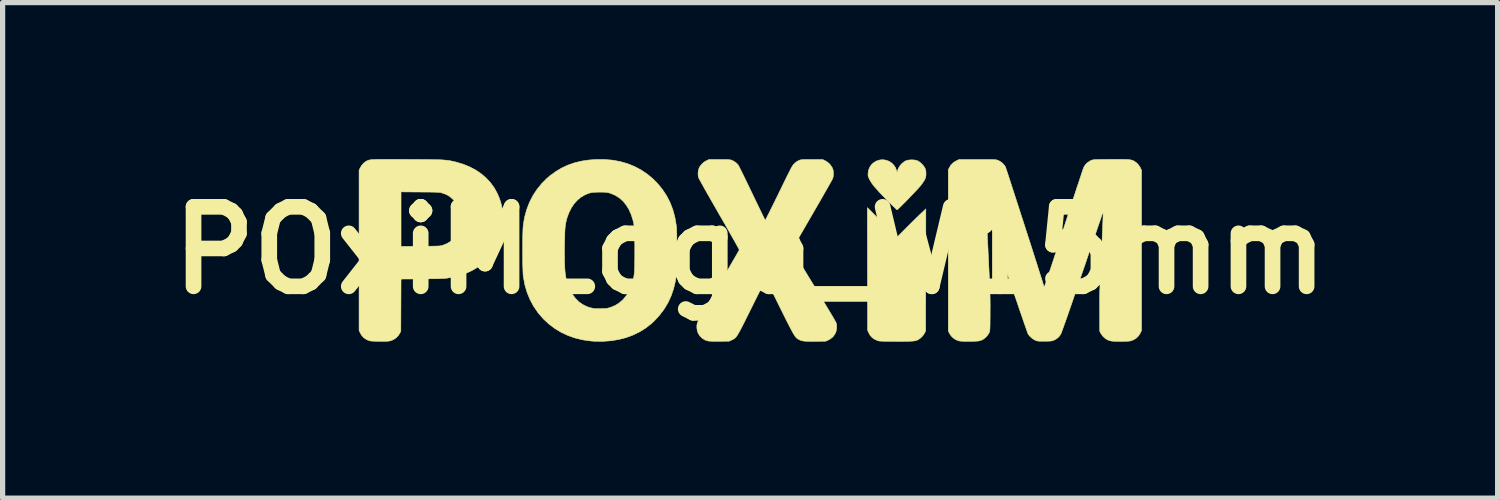
<source format=kicad_pcb>
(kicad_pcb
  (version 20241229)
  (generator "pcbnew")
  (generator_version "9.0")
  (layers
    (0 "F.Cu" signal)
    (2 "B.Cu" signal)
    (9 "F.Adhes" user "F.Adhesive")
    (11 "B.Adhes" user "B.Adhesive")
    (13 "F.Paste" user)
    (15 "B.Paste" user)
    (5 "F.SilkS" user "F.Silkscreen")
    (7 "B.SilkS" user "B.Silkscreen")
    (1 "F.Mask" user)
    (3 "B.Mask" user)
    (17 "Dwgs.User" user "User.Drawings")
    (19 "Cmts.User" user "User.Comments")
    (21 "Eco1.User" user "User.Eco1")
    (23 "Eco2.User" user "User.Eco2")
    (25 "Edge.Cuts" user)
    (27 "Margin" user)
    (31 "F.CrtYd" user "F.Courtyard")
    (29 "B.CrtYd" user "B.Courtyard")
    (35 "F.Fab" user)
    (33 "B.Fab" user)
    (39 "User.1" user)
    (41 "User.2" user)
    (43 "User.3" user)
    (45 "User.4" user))
  (footprint "POxiMLogo_W15mm"
    (layer "F.Cu")
    (at 11.328 1.749)
    (property "Reference" "POxiMLogo_W15mm" (at 0 0 0) (layer "F.SilkS") (effects (font (size 1.524 1.524) (thickness 0.3))))
    (attr through_hole)
    (fp_poly (pts (xy 2.532 -0.535) (xy 2.816 -0.251) (xy 3.003 -0.439) (xy 3.051 -0.487) (xy 3.101 -0.537) (xy 3.15 -0.585) (xy 3.195 -0.629) (xy 3.235 -0.668) (xy 3.267 -0.699) (xy 3.279 -0.71) (xy 3.369 -0.794) (xy 3.367 0.374) (xy 3.365 1.543) (xy 3.348 1.579) (xy 3.326 1.616) (xy 3.296 1.653) (xy 3.261 1.685) (xy 3.227 1.709) (xy 3.224 1.711) (xy 3.206 1.719) (xy 3.189 1.726) (xy 3.17 1.731) (xy 3.147 1.736) (xy 3.12 1.739) (xy 3.086 1.741) (xy 3.044 1.743) (xy 2.992 1.744) (xy 2.93 1.745) (xy 2.854 1.745) (xy 2.802 1.745) (xy 2.721 1.744) (xy 2.654 1.744) (xy 2.598 1.743) (xy 2.554 1.742) (xy 2.52 1.741) (xy 2.493 1.739) (xy 2.473 1.737) (xy 2.458 1.734) (xy 2.454 1.733) (xy 2.394 1.709) (xy 2.342 1.674) (xy 2.3 1.627) (xy 2.269 1.571) (xy 2.269 1.571) (xy 2.252 1.528) (xy 2.25 0.354) (xy 2.248 -0.819) (xy 2.532 -0.535)) (stroke (width 0.01) (type solid)) (fill yes) (layer "F.SilkS"))
    (fp_poly (pts (xy 2.6 -1.73) (xy 2.658 -1.71) (xy 2.71 -1.678) (xy 2.753 -1.636) (xy 2.787 -1.586) (xy 2.807 -1.532) (xy 2.818 -1.49) (xy 2.823 -1.517) (xy 2.841 -1.568) (xy 2.871 -1.619) (xy 2.91 -1.664) (xy 2.956 -1.7) (xy 2.985 -1.717) (xy 3.021 -1.728) (xy 3.066 -1.734) (xy 3.114 -1.735) (xy 3.16 -1.731) (xy 3.2 -1.721) (xy 3.21 -1.717) (xy 3.249 -1.694) (xy 3.288 -1.66) (xy 3.323 -1.622) (xy 3.349 -1.583) (xy 3.351 -1.578) (xy 3.362 -1.553) (xy 3.368 -1.53) (xy 3.371 -1.503) (xy 3.372 -1.471) (xy 3.371 -1.436) (xy 3.366 -1.405) (xy 3.356 -1.374) (xy 3.339 -1.342) (xy 3.316 -1.305) (xy 3.283 -1.259) (xy 3.278 -1.252) (xy 3.264 -1.235) (xy 3.241 -1.209) (xy 3.211 -1.176) (xy 3.177 -1.139) (xy 3.138 -1.097) (xy 3.096 -1.054) (xy 3.053 -1.009) (xy 3.01 -0.964) (xy 2.968 -0.921) (xy 2.928 -0.882) (xy 2.893 -0.846) (xy 2.863 -0.817) (xy 2.839 -0.795) (xy 2.823 -0.781) (xy 2.817 -0.777) (xy 2.81 -0.783) (xy 2.794 -0.797) (xy 2.77 -0.821) (xy 2.738 -0.851) (xy 2.701 -0.887) (xy 2.66 -0.928) (xy 2.626 -0.962) (xy 2.553 -1.037) (xy 2.49 -1.102) (xy 2.438 -1.16) (xy 2.393 -1.21) (xy 2.357 -1.255) (xy 2.328 -1.295) (xy 2.305 -1.332) (xy 2.289 -1.361) (xy 2.274 -1.393) (xy 2.265 -1.417) (xy 2.261 -1.439) (xy 2.261 -1.465) (xy 2.261 -1.47) (xy 2.269 -1.532) (xy 2.291 -1.589) (xy 2.324 -1.639) (xy 2.367 -1.68) (xy 2.418 -1.711) (xy 2.477 -1.731) (xy 2.538 -1.738) (xy 2.6 -1.73)) (stroke (width 0.01) (type solid)) (fill yes) (layer "F.SilkS"))
    (fp_poly (pts (xy -6.816 -1.744) (xy -6.713 -1.744) (xy -6.595 -1.743) (xy -6.565 -1.743) (xy -6.443 -1.742) (xy -6.334 -1.742) (xy -6.239 -1.741) (xy -6.155 -1.74) (xy -6.082 -1.739) (xy -6.019 -1.738) (xy -5.964 -1.737) (xy -5.916 -1.735) (xy -5.874 -1.732) (xy -5.838 -1.729) (xy -5.805 -1.726) (xy -5.775 -1.722) (xy -5.746 -1.717) (xy -5.718 -1.711) (xy -5.689 -1.705) (xy -5.659 -1.698) (xy -5.632 -1.691) (xy -5.498 -1.651) (xy -5.374 -1.6) (xy -5.258 -1.539) (xy -5.153 -1.467) (xy -5.059 -1.386) (xy -4.975 -1.296) (xy -4.903 -1.197) (xy -4.844 -1.089) (xy -4.802 -0.988) (xy -4.784 -0.934) (xy -4.77 -0.884) (xy -4.759 -0.835) (xy -4.752 -0.785) (xy -4.747 -0.729) (xy -4.745 -0.665) (xy -4.744 -0.594) (xy -4.745 -0.535) (xy -4.745 -0.489) (xy -4.747 -0.452) (xy -4.749 -0.421) (xy -4.752 -0.394) (xy -4.757 -0.367) (xy -4.761 -0.345) (xy -4.792 -0.231) (xy -4.83 -0.128) (xy -4.88 -0.033) (xy -4.94 0.057) (xy -5.014 0.144) (xy -5.045 0.176) (xy -5.134 0.257) (xy -5.23 0.328) (xy -5.333 0.388) (xy -5.445 0.439) (xy -5.567 0.48) (xy -5.7 0.513) (xy -5.8 0.531) (xy -5.821 0.534) (xy -5.847 0.536) (xy -5.877 0.538) (xy -5.914 0.54) (xy -5.959 0.542) (xy -6.013 0.543) (xy -6.077 0.544) (xy -6.153 0.545) (xy -6.243 0.546) (xy -6.285 0.547) (xy -6.691 0.55) (xy -6.693 1.05) (xy -6.695 1.551) (xy -6.716 1.592) (xy -6.753 1.646) (xy -6.8 1.689) (xy -6.856 1.72) (xy -6.914 1.738) (xy -6.938 1.741) (xy -6.974 1.743) (xy -7.018 1.744) (xy -7.067 1.745) (xy -7.119 1.744) (xy -7.169 1.743) (xy -7.215 1.741) (xy -7.253 1.739) (xy -7.281 1.736) (xy -7.289 1.734) (xy -7.349 1.712) (xy -7.402 1.677) (xy -7.445 1.631) (xy -7.473 1.583) (xy -7.495 1.536) (xy -7.495 -0.075) (xy -6.691 -0.075) (xy -6.32 -0.078) (xy -6.234 -0.079) (xy -6.163 -0.079) (xy -6.104 -0.08) (xy -6.056 -0.081) (xy -6.017 -0.082) (xy -5.987 -0.083) (xy -5.962 -0.084) (xy -5.943 -0.086) (xy -5.927 -0.089) (xy -5.914 -0.092) (xy -5.901 -0.095) (xy -5.891 -0.098) (xy -5.81 -0.13) (xy -5.738 -0.174) (xy -5.677 -0.228) (xy -5.627 -0.293) (xy -5.587 -0.369) (xy -5.574 -0.406) (xy -5.565 -0.432) (xy -5.56 -0.455) (xy -5.556 -0.478) (xy -5.554 -0.506) (xy -5.553 -0.542) (xy -5.552 -0.587) (xy -5.553 -0.648) (xy -5.556 -0.698) (xy -5.562 -0.74) (xy -5.573 -0.779) (xy -5.588 -0.819) (xy -5.607 -0.861) (xy -5.631 -0.903) (xy -5.662 -0.943) (xy -5.693 -0.976) (xy -5.743 -1.021) (xy -5.794 -1.056) (xy -5.852 -1.082) (xy -5.899 -1.098) (xy -5.912 -1.102) (xy -5.925 -1.106) (xy -5.94 -1.108) (xy -5.957 -1.111) (xy -5.978 -1.112) (xy -6.004 -1.114) (xy -6.038 -1.115) (xy -6.08 -1.116) (xy -6.132 -1.117) (xy -6.196 -1.117) (xy -6.272 -1.118) (xy -6.323 -1.118) (xy -6.691 -1.121) (xy -6.691 -0.075) (xy -7.495 -0.075) (xy -7.495 -1.536) (xy -7.473 -1.583) (xy -7.445 -1.629) (xy -7.407 -1.672) (xy -7.364 -1.705) (xy -7.349 -1.713) (xy -7.338 -1.719) (xy -7.326 -1.724) (xy -7.314 -1.728) (xy -7.299 -1.732) (xy -7.281 -1.735) (xy -7.259 -1.738) (xy -7.232 -1.74) (xy -7.199 -1.741) (xy -7.158 -1.743) (xy -7.11 -1.744) (xy -7.053 -1.744) (xy -6.985 -1.744) (xy -6.907 -1.744) (xy -6.816 -1.744)) (stroke (width 0.01) (type solid)) (fill yes) (layer "F.SilkS"))
    (fp_poly (pts (xy -2.789 -1.742) (xy -2.635 -1.729) (xy -2.488 -1.702) (xy -2.347 -1.661) (xy -2.214 -1.607) (xy -2.087 -1.54) (xy -1.969 -1.46) (xy -1.858 -1.368) (xy -1.77 -1.278) (xy -1.678 -1.165) (xy -1.599 -1.045) (xy -1.533 -0.916) (xy -1.481 -0.78) (xy -1.442 -0.637) (xy -1.416 -0.487) (xy -1.41 -0.439) (xy -1.408 -0.41) (xy -1.407 -0.367) (xy -1.405 -0.314) (xy -1.404 -0.251) (xy -1.403 -0.182) (xy -1.403 -0.107) (xy -1.402 -0.03) (xy -1.402 0.048) (xy -1.403 0.125) (xy -1.403 0.199) (xy -1.404 0.267) (xy -1.406 0.327) (xy -1.407 0.378) (xy -1.409 0.418) (xy -1.41 0.439) (xy -1.432 0.593) (xy -1.467 0.739) (xy -1.515 0.877) (xy -1.576 1.008) (xy -1.65 1.131) (xy -1.738 1.246) (xy -1.838 1.354) (xy -1.896 1.407) (xy -2.003 1.491) (xy -2.12 1.563) (xy -2.246 1.624) (xy -2.379 1.673) (xy -2.52 1.709) (xy -2.667 1.733) (xy -2.82 1.744) (xy -2.977 1.743) (xy -3.064 1.736) (xy -3.212 1.715) (xy -3.355 1.68) (xy -3.492 1.632) (xy -3.622 1.571) (xy -3.744 1.497) (xy -3.858 1.411) (xy -3.962 1.314) (xy -4.057 1.205) (xy -4.069 1.189) (xy -4.151 1.069) (xy -4.219 0.942) (xy -4.274 0.808) (xy -4.316 0.666) (xy -4.344 0.517) (xy -4.348 0.493) (xy -4.351 0.46) (xy -4.353 0.414) (xy -4.355 0.357) (xy -4.357 0.29) (xy -4.359 0.217) (xy -4.359 0.137) (xy -4.36 0.055) (xy -4.36 0.019) (xy -3.558 0.019) (xy -3.558 0.122) (xy -3.557 0.213) (xy -3.554 0.293) (xy -3.55 0.363) (xy -3.545 0.424) (xy -3.538 0.478) (xy -3.53 0.525) (xy -3.525 0.549) (xy -3.494 0.658) (xy -3.454 0.756) (xy -3.405 0.844) (xy -3.348 0.921) (xy -3.282 0.986) (xy -3.209 1.038) (xy -3.128 1.078) (xy -3.071 1.097) (xy -3.039 1.105) (xy -3.014 1.111) (xy -2.992 1.115) (xy -2.969 1.117) (xy -2.942 1.118) (xy -2.907 1.118) (xy -2.861 1.117) (xy -2.858 1.117) (xy -2.811 1.116) (xy -2.776 1.114) (xy -2.749 1.112) (xy -2.724 1.107) (xy -2.7 1.101) (xy -2.672 1.092) (xy -2.666 1.09) (xy -2.581 1.054) (xy -2.503 1.004) (xy -2.434 0.943) (xy -2.373 0.869) (xy -2.321 0.783) (xy -2.278 0.686) (xy -2.245 0.578) (xy -2.245 0.577) (xy -2.237 0.546) (xy -2.231 0.516) (xy -2.225 0.485) (xy -2.221 0.452) (xy -2.218 0.415) (xy -2.215 0.372) (xy -2.213 0.323) (xy -2.212 0.265) (xy -2.211 0.197) (xy -2.21 0.117) (xy -2.21 0.024) (xy -2.21 0) (xy -2.21 -0.096) (xy -2.211 -0.179) (xy -2.211 -0.25) (xy -2.213 -0.31) (xy -2.214 -0.361) (xy -2.217 -0.405) (xy -2.22 -0.443) (xy -2.224 -0.477) (xy -2.229 -0.509) (xy -2.235 -0.539) (xy -2.243 -0.569) (xy -2.244 -0.576) (xy -2.278 -0.684) (xy -2.321 -0.782) (xy -2.373 -0.867) (xy -2.434 -0.942) (xy -2.504 -1.004) (xy -2.582 -1.054) (xy -2.668 -1.091) (xy -2.694 -1.099) (xy -2.719 -1.106) (xy -2.743 -1.11) (xy -2.768 -1.113) (xy -2.798 -1.115) (xy -2.838 -1.116) (xy -2.884 -1.116) (xy -2.946 -1.115) (xy -2.996 -1.113) (xy -3.038 -1.107) (xy -3.075 -1.099) (xy -3.112 -1.087) (xy -3.152 -1.07) (xy -3.166 -1.064) (xy -3.241 -1.02) (xy -3.31 -0.964) (xy -3.372 -0.895) (xy -3.426 -0.815) (xy -3.471 -0.725) (xy -3.502 -0.644) (xy -3.514 -0.606) (xy -3.523 -0.569) (xy -3.532 -0.532) (xy -3.538 -0.493) (xy -3.544 -0.45) (xy -3.548 -0.401) (xy -3.551 -0.345) (xy -3.553 -0.279) (xy -3.555 -0.201) (xy -3.557 -0.111) (xy -3.557 -0.099) (xy -3.558 0.019) (xy -4.36 0.019) (xy -4.36 -0.029) (xy -4.36 -0.111) (xy -4.359 -0.192) (xy -4.358 -0.267) (xy -4.356 -0.336) (xy -4.354 -0.397) (xy -4.351 -0.447) (xy -4.348 -0.484) (xy -4.347 -0.493) (xy -4.321 -0.642) (xy -4.281 -0.785) (xy -4.228 -0.921) (xy -4.163 -1.049) (xy -4.085 -1.168) (xy -3.995 -1.279) (xy -3.894 -1.38) (xy -3.839 -1.428) (xy -3.728 -1.509) (xy -3.613 -1.578) (xy -3.493 -1.634) (xy -3.366 -1.678) (xy -3.231 -1.711) (xy -3.088 -1.732) (xy -2.949 -1.742) (xy -2.789 -1.742)) (stroke (width 0.01) (type solid)) (fill yes) (layer "F.SilkS"))
    (fp_poly (pts (xy 1.434 -1.721) (xy 1.488 -1.688) (xy 1.533 -1.646) (xy 1.568 -1.596) (xy 1.575 -1.583) (xy 1.586 -1.556) (xy 1.593 -1.531) (xy 1.596 -1.504) (xy 1.597 -1.471) (xy 1.596 -1.436) (xy 1.593 -1.41) (xy 1.586 -1.387) (xy 1.575 -1.36) (xy 1.573 -1.356) (xy 1.566 -1.343) (xy 1.551 -1.317) (xy 1.531 -1.28) (xy 1.504 -1.233) (xy 1.472 -1.176) (xy 1.435 -1.112) (xy 1.394 -1.04) (xy 1.349 -0.961) (xy 1.301 -0.878) (xy 1.25 -0.79) (xy 1.197 -0.698) (xy 1.175 -0.661) (xy 0.802 -0.014) (xy 1.223 0.674) (xy 1.29 0.784) (xy 1.352 0.886) (xy 1.41 0.982) (xy 1.462 1.069) (xy 1.509 1.147) (xy 1.55 1.215) (xy 1.585 1.274) (xy 1.613 1.322) (xy 1.634 1.359) (xy 1.647 1.384) (xy 1.653 1.397) (xy 1.653 1.397) (xy 1.659 1.43) (xy 1.66 1.471) (xy 1.66 1.489) (xy 1.649 1.553) (xy 1.624 1.609) (xy 1.587 1.658) (xy 1.537 1.698) (xy 1.501 1.718) (xy 1.452 1.741) (xy 1.258 1.744) (xy 1.185 1.745) (xy 1.126 1.744) (xy 1.078 1.743) (xy 1.039 1.74) (xy 1.007 1.735) (xy 0.981 1.728) (xy 0.958 1.72) (xy 0.936 1.709) (xy 0.924 1.703) (xy 0.913 1.696) (xy 0.902 1.689) (xy 0.892 1.68) (xy 0.881 1.669) (xy 0.869 1.655) (xy 0.856 1.637) (xy 0.842 1.614) (xy 0.825 1.587) (xy 0.806 1.553) (xy 0.785 1.513) (xy 0.76 1.466) (xy 0.731 1.41) (xy 0.698 1.345) (xy 0.661 1.271) (xy 0.619 1.186) (xy 0.571 1.09) (xy 0.518 0.982) (xy 0.459 0.862) (xy 0.432 0.808) (xy 0.303 0.545) (xy 0.034 1.086) (xy -0.017 1.189) (xy -0.062 1.279) (xy -0.101 1.358) (xy -0.135 1.425) (xy -0.164 1.482) (xy -0.19 1.531) (xy -0.212 1.571) (xy -0.231 1.604) (xy -0.247 1.63) (xy -0.262 1.652) (xy -0.276 1.668) (xy -0.289 1.681) (xy -0.302 1.691) (xy -0.315 1.7) (xy -0.329 1.707) (xy -0.345 1.715) (xy -0.351 1.718) (xy -0.4 1.741) (xy -0.587 1.743) (xy -0.641 1.743) (xy -0.691 1.742) (xy -0.736 1.742) (xy -0.772 1.74) (xy -0.798 1.739) (xy -0.807 1.737) (xy -0.864 1.718) (xy -0.916 1.686) (xy -0.96 1.643) (xy -0.994 1.591) (xy -0.996 1.587) (xy -1.012 1.541) (xy -1.02 1.489) (xy -1.02 1.437) (xy -1.011 1.391) (xy -1.008 1.383) (xy -1.002 1.371) (xy -0.989 1.347) (xy -0.969 1.312) (xy -0.944 1.266) (xy -0.912 1.211) (xy -0.876 1.148) (xy -0.835 1.077) (xy -0.791 0.999) (xy -0.743 0.916) (xy -0.692 0.828) (xy -0.638 0.736) (xy -0.602 0.674) (xy -0.548 0.581) (xy -0.496 0.492) (xy -0.447 0.407) (xy -0.4 0.327) (xy -0.358 0.254) (xy -0.32 0.188) (xy -0.286 0.13) (xy -0.258 0.081) (xy -0.235 0.041) (xy -0.219 0.013) (xy -0.21 -0.004) (xy -0.208 -0.009) (xy -0.211 -0.017) (xy -0.221 -0.038) (xy -0.239 -0.07) (xy -0.262 -0.113) (xy -0.292 -0.166) (xy -0.326 -0.227) (xy -0.366 -0.297) (xy -0.41 -0.375) (xy -0.458 -0.459) (xy -0.509 -0.549) (xy -0.564 -0.644) (xy -0.59 -0.688) (xy -0.644 -0.782) (xy -0.695 -0.872) (xy -0.745 -0.959) (xy -0.791 -1.04) (xy -0.834 -1.115) (xy -0.873 -1.184) (xy -0.906 -1.244) (xy -0.935 -1.296) (xy -0.958 -1.338) (xy -0.975 -1.369) (xy -0.985 -1.389) (xy -0.988 -1.395) (xy -0.996 -1.438) (xy -0.997 -1.488) (xy -0.99 -1.537) (xy -0.977 -1.579) (xy -0.952 -1.621) (xy -0.916 -1.662) (xy -0.875 -1.697) (xy -0.836 -1.719) (xy -0.789 -1.741) (xy -0.587 -1.741) (xy -0.524 -1.741) (xy -0.474 -1.741) (xy -0.436 -1.74) (xy -0.407 -1.738) (xy -0.385 -1.736) (xy -0.369 -1.733) (xy -0.356 -1.73) (xy -0.352 -1.728) (xy -0.309 -1.707) (xy -0.269 -1.679) (xy -0.237 -1.648) (xy -0.23 -1.639) (xy -0.223 -1.627) (xy -0.21 -1.603) (xy -0.192 -1.568) (xy -0.169 -1.522) (xy -0.142 -1.467) (xy -0.111 -1.404) (xy -0.077 -1.334) (xy -0.04 -1.258) (xy -0.002 -1.178) (xy 0.038 -1.096) (xy 0.077 -1.014) (xy 0.115 -0.935) (xy 0.151 -0.861) (xy 0.184 -0.793) (xy 0.213 -0.733) (xy 0.238 -0.681) (xy 0.259 -0.638) (xy 0.275 -0.606) (xy 0.285 -0.585) (xy 0.289 -0.577) (xy 0.289 -0.577) (xy 0.293 -0.583) (xy 0.304 -0.601) (xy 0.319 -0.631) (xy 0.34 -0.672) (xy 0.366 -0.722) (xy 0.395 -0.781) (xy 0.428 -0.847) (xy 0.464 -0.92) (xy 0.502 -0.998) (xy 0.543 -1.081) (xy 0.549 -1.095) (xy 0.597 -1.192) (xy 0.638 -1.277) (xy 0.674 -1.35) (xy 0.704 -1.412) (xy 0.731 -1.465) (xy 0.753 -1.508) (xy 0.771 -1.544) (xy 0.786 -1.573) (xy 0.799 -1.597) (xy 0.81 -1.615) (xy 0.82 -1.629) (xy 0.828 -1.641) (xy 0.836 -1.651) (xy 0.845 -1.659) (xy 0.847 -1.662) (xy 0.889 -1.698) (xy 0.932 -1.722) (xy 0.935 -1.723) (xy 0.949 -1.729) (xy 0.962 -1.733) (xy 0.976 -1.736) (xy 0.995 -1.738) (xy 1.018 -1.74) (xy 1.05 -1.741) (xy 1.091 -1.741) (xy 1.143 -1.741) (xy 1.185 -1.741) (xy 1.391 -1.741) (xy 1.434 -1.721)) (stroke (width 0.01) (type solid)) (fill yes) (layer "F.SilkS"))
    (fp_poly (pts (xy 7.132 -1.744) (xy 7.183 -1.743) (xy 7.225 -1.742) (xy 7.259 -1.739) (xy 7.286 -1.736) (xy 7.308 -1.731) (xy 7.327 -1.726) (xy 7.344 -1.719) (xy 7.357 -1.713) (xy 7.401 -1.684) (xy 7.441 -1.644) (xy 7.473 -1.598) (xy 7.481 -1.583) (xy 7.503 -1.536) (xy 7.503 1.536) (xy 7.481 1.583) (xy 7.448 1.637) (xy 7.403 1.682) (xy 7.35 1.715) (xy 7.29 1.736) (xy 7.287 1.737) (xy 7.264 1.74) (xy 7.229 1.742) (xy 7.185 1.744) (xy 7.136 1.745) (xy 7.085 1.745) (xy 7.035 1.744) (xy 6.989 1.743) (xy 6.951 1.741) (xy 6.925 1.738) (xy 6.921 1.738) (xy 6.859 1.719) (xy 6.804 1.686) (xy 6.758 1.642) (xy 6.724 1.592) (xy 6.702 1.551) (xy 6.701 1.166) (xy 6.701 1.101) (xy 6.7 1.041) (xy 6.7 0.986) (xy 6.701 0.934) (xy 6.701 0.884) (xy 6.702 0.834) (xy 6.703 0.782) (xy 6.705 0.728) (xy 6.707 0.67) (xy 6.709 0.607) (xy 6.712 0.536) (xy 6.715 0.458) (xy 6.72 0.37) (xy 6.724 0.27) (xy 6.73 0.158) (xy 6.736 0.038) (xy 6.741 -0.067) (xy 6.746 -0.168) (xy 6.75 -0.263) (xy 6.754 -0.352) (xy 6.757 -0.434) (xy 6.76 -0.507) (xy 6.763 -0.571) (xy 6.765 -0.624) (xy 6.766 -0.666) (xy 6.767 -0.695) (xy 6.767 -0.71) (xy 6.766 -0.712) (xy 6.76 -0.711) (xy 6.752 -0.698) (xy 6.752 -0.697) (xy 6.748 -0.687) (xy 6.74 -0.664) (xy 6.728 -0.628) (xy 6.712 -0.58) (xy 6.691 -0.52) (xy 6.667 -0.451) (xy 6.64 -0.371) (xy 6.61 -0.283) (xy 6.577 -0.186) (xy 6.541 -0.083) (xy 6.504 0.028) (xy 6.464 0.144) (xy 6.423 0.265) (xy 6.38 0.39) (xy 6.358 0.453) (xy 6.304 0.612) (xy 6.254 0.757) (xy 6.209 0.889) (xy 6.169 1.008) (xy 6.132 1.114) (xy 6.099 1.209) (xy 6.07 1.292) (xy 6.044 1.365) (xy 6.022 1.427) (xy 6.003 1.48) (xy 5.987 1.524) (xy 5.974 1.559) (xy 5.964 1.586) (xy 5.955 1.605) (xy 5.949 1.618) (xy 5.947 1.621) (xy 5.91 1.666) (xy 5.863 1.702) (xy 5.811 1.728) (xy 5.793 1.733) (xy 5.773 1.737) (xy 5.747 1.739) (xy 5.712 1.741) (xy 5.666 1.741) (xy 5.639 1.741) (xy 5.591 1.741) (xy 5.555 1.741) (xy 5.529 1.74) (xy 5.509 1.737) (xy 5.493 1.733) (xy 5.477 1.728) (xy 5.46 1.72) (xy 5.459 1.719) (xy 5.422 1.698) (xy 5.385 1.668) (xy 5.352 1.635) (xy 5.328 1.602) (xy 5.325 1.596) (xy 5.322 1.586) (xy 5.313 1.563) (xy 5.301 1.527) (xy 5.284 1.479) (xy 5.263 1.419) (xy 5.239 1.35) (xy 5.212 1.27) (xy 5.181 1.182) (xy 5.148 1.085) (xy 5.113 0.981) (xy 5.075 0.871) (xy 5.036 0.755) (xy 4.994 0.634) (xy 4.952 0.509) (xy 4.93 0.446) (xy 4.887 0.319) (xy 4.846 0.197) (xy 4.805 0.079) (xy 4.767 -0.034) (xy 4.731 -0.14) (xy 4.697 -0.239) (xy 4.665 -0.331) (xy 4.637 -0.413) (xy 4.612 -0.487) (xy 4.59 -0.55) (xy 4.572 -0.603) (xy 4.557 -0.644) (xy 4.547 -0.672) (xy 4.542 -0.687) (xy 4.541 -0.689) (xy 4.533 -0.693) (xy 4.531 -0.693) (xy 4.531 -0.685) (xy 4.531 -0.663) (xy 4.533 -0.627) (xy 4.535 -0.58) (xy 4.537 -0.521) (xy 4.54 -0.452) (xy 4.544 -0.374) (xy 4.547 -0.288) (xy 4.552 -0.195) (xy 4.557 -0.096) (xy 4.562 0.008) (xy 4.565 0.084) (xy 4.572 0.212) (xy 4.577 0.327) (xy 4.582 0.428) (xy 4.586 0.519) (xy 4.59 0.599) (xy 4.593 0.671) (xy 4.595 0.736) (xy 4.597 0.794) (xy 4.599 0.848) (xy 4.6 0.898) (xy 4.601 0.946) (xy 4.601 0.994) (xy 4.602 1.042) (xy 4.602 1.092) (xy 4.601 1.145) (xy 4.601 1.2) (xy 4.601 1.282) (xy 4.6 1.349) (xy 4.6 1.404) (xy 4.599 1.448) (xy 4.598 1.483) (xy 4.597 1.51) (xy 4.595 1.531) (xy 4.593 1.546) (xy 4.591 1.558) (xy 4.588 1.567) (xy 4.584 1.576) (xy 4.582 1.579) (xy 4.56 1.616) (xy 4.53 1.653) (xy 4.496 1.685) (xy 4.462 1.709) (xy 4.458 1.711) (xy 4.429 1.723) (xy 4.396 1.734) (xy 4.383 1.737) (xy 4.362 1.739) (xy 4.328 1.741) (xy 4.286 1.743) (xy 4.238 1.744) (xy 4.187 1.744) (xy 4.137 1.744) (xy 4.091 1.743) (xy 4.051 1.741) (xy 4.022 1.739) (xy 4.011 1.737) (xy 3.957 1.719) (xy 3.906 1.689) (xy 3.861 1.648) (xy 3.827 1.601) (xy 3.819 1.585) (xy 3.799 1.543) (xy 3.799 -1.543) (xy 3.819 -1.585) (xy 3.852 -1.638) (xy 3.897 -1.682) (xy 3.953 -1.717) (xy 3.954 -1.717) (xy 4.005 -1.741) (xy 4.359 -1.741) (xy 4.442 -1.741) (xy 4.511 -1.741) (xy 4.567 -1.741) (xy 4.613 -1.741) (xy 4.649 -1.74) (xy 4.677 -1.739) (xy 4.699 -1.738) (xy 4.715 -1.736) (xy 4.728 -1.733) (xy 4.739 -1.73) (xy 4.749 -1.727) (xy 4.757 -1.724) (xy 4.803 -1.699) (xy 4.845 -1.665) (xy 4.879 -1.626) (xy 4.896 -1.598) (xy 4.899 -1.588) (xy 4.907 -1.564) (xy 4.919 -1.528) (xy 4.935 -1.481) (xy 4.954 -1.423) (xy 4.976 -1.355) (xy 5.001 -1.278) (xy 5.028 -1.194) (xy 5.058 -1.103) (xy 5.089 -1.006) (xy 5.122 -0.904) (xy 5.156 -0.799) (xy 5.191 -0.69) (xy 5.227 -0.58) (xy 5.263 -0.468) (xy 5.299 -0.356) (xy 5.335 -0.245) (xy 5.37 -0.136) (xy 5.404 -0.029) (xy 5.437 0.073) (xy 5.468 0.171) (xy 5.498 0.264) (xy 5.525 0.35) (xy 5.55 0.428) (xy 5.572 0.498) (xy 5.592 0.559) (xy 5.607 0.609) (xy 5.619 0.648) (xy 5.628 0.675) (xy 5.631 0.688) (xy 5.632 0.69) (xy 5.638 0.693) (xy 5.641 0.693) (xy 5.645 0.686) (xy 5.653 0.665) (xy 5.665 0.63) (xy 5.682 0.581) (xy 5.703 0.52) (xy 5.728 0.446) (xy 5.756 0.36) (xy 5.789 0.261) (xy 5.825 0.152) (xy 5.864 0.031) (xy 5.907 -0.1) (xy 5.953 -0.242) (xy 6.002 -0.393) (xy 6.012 -0.425) (xy 6.053 -0.552) (xy 6.093 -0.676) (xy 6.132 -0.795) (xy 6.169 -0.909) (xy 6.204 -1.017) (xy 6.238 -1.119) (xy 6.268 -1.213) (xy 6.297 -1.298) (xy 6.322 -1.374) (xy 6.344 -1.44) (xy 6.362 -1.495) (xy 6.377 -1.539) (xy 6.388 -1.57) (xy 6.394 -1.587) (xy 6.395 -1.59) (xy 6.426 -1.64) (xy 6.468 -1.682) (xy 6.518 -1.715) (xy 6.537 -1.724) (xy 6.548 -1.728) (xy 6.559 -1.732) (xy 6.571 -1.734) (xy 6.585 -1.737) (xy 6.605 -1.738) (xy 6.63 -1.74) (xy 6.662 -1.741) (xy 6.704 -1.742) (xy 6.756 -1.742) (xy 6.82 -1.743) (xy 6.897 -1.744) (xy 6.908 -1.744) (xy 6.996 -1.744) (xy 7.07 -1.744) (xy 7.132 -1.744)) (stroke (width 0.01) (type solid)) (fill yes) (layer "F.SilkS")))
  (gr_rect
    (start -3 -3)
    (end 25.657 6.499)
    (stroke (width 0.1) (type default))
    (fill no)
    (layer "Edge.Cuts")))
</source>
